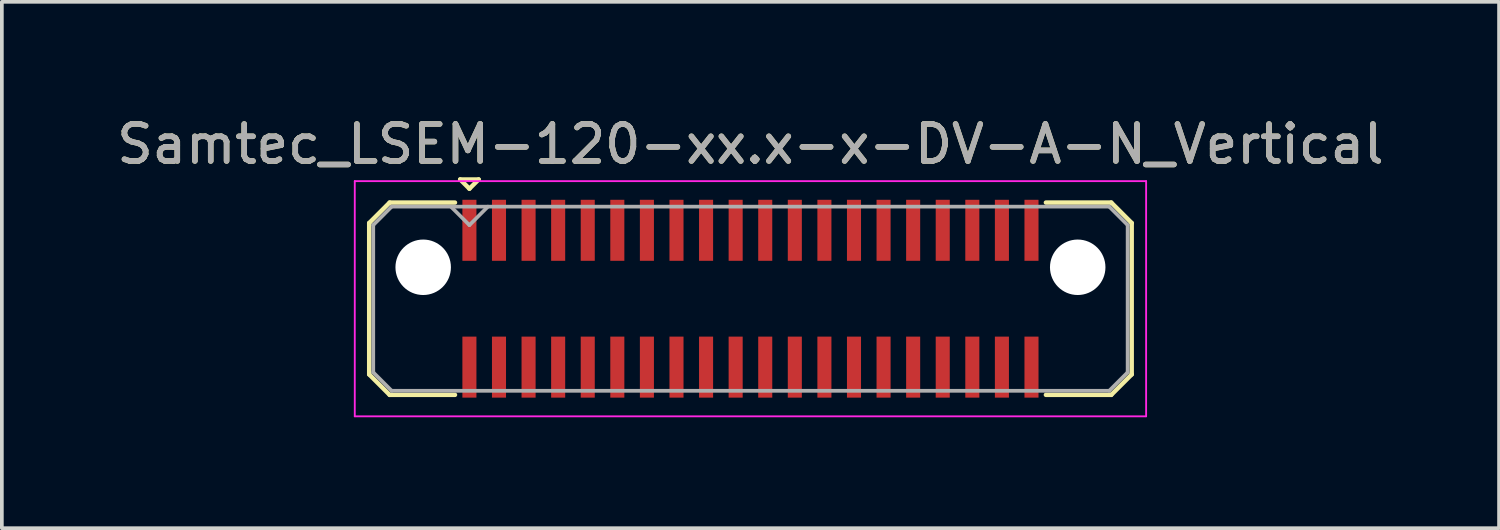
<source format=kicad_pcb>
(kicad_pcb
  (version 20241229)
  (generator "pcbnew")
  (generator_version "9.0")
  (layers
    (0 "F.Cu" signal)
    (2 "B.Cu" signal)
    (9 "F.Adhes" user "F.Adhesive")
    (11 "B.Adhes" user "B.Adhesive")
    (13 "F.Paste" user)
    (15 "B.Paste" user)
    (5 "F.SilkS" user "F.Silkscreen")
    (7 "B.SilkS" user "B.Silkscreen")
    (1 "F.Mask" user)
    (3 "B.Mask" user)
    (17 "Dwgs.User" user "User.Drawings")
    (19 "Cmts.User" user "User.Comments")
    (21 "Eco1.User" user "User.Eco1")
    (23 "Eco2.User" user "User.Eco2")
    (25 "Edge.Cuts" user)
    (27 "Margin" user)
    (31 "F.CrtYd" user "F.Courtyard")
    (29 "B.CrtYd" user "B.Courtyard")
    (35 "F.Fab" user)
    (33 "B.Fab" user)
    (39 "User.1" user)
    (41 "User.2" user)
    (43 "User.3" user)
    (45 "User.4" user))
  (footprint "Samtec_LSEM-120-xx.x-x-DV-A-N_Vertical"
    (layer "F.Cu")
    (at 17.244 5.028)
    (property "Reference" "Samtec_LSEM-120-xx.x-x-DV-A-N_Vertical" (at 0 -4.18 0) (layer "F.SilkS") (effects (font (size 1 1) (thickness 0.15))))
    (attr smd)
    (fp_line (start -10.31 -2.047) (end -10.31 2.047) (stroke (width 0.12) (type solid)) (layer "F.SilkS"))
    (fp_line (start -10.31 2.047) (end -9.757 2.6) (stroke (width 0.12) (type solid)) (layer "F.SilkS"))
    (fp_line (start -9.757 -2.6) (end -10.31 -2.047) (stroke (width 0.12) (type solid)) (layer "F.SilkS"))
    (fp_line (start -9.757 2.6) (end -7.99 2.6) (stroke (width 0.12) (type solid)) (layer "F.SilkS"))
    (fp_line (start -7.99 -2.6) (end -9.757 -2.6) (stroke (width 0.12) (type solid)) (layer "F.SilkS"))
    (fp_line (start -7.85 -3.225) (end -7.35 -3.225) (stroke (width 0.12) (type solid)) (layer "F.SilkS"))
    (fp_line (start -7.6 -2.975) (end -7.85 -3.225) (stroke (width 0.12) (type solid)) (layer "F.SilkS"))
    (fp_line (start -7.35 -3.225) (end -7.6 -2.975) (stroke (width 0.12) (type solid)) (layer "F.SilkS"))
    (fp_line (start 7.99 -2.6) (end 9.757 -2.6) (stroke (width 0.12) (type solid)) (layer "F.SilkS"))
    (fp_line (start 9.757 -2.6) (end 10.31 -2.047) (stroke (width 0.12) (type solid)) (layer "F.SilkS"))
    (fp_line (start 9.757 2.6) (end 7.99 2.6) (stroke (width 0.12) (type solid)) (layer "F.SilkS"))
    (fp_line (start 10.31 -2.047) (end 10.31 2.047) (stroke (width 0.12) (type solid)) (layer "F.SilkS"))
    (fp_line (start 10.31 2.047) (end 9.757 2.6) (stroke (width 0.12) (type solid)) (layer "F.SilkS"))
    (fp_line (start -10.7 -3.18) (end -10.7 3.18) (stroke (width 0.05) (type solid)) (layer "F.CrtYd"))
    (fp_line (start -10.7 3.18) (end 10.7 3.18) (stroke (width 0.05) (type solid)) (layer "F.CrtYd"))
    (fp_line (start 10.7 -3.18) (end -10.7 -3.18) (stroke (width 0.05) (type solid)) (layer "F.CrtYd"))
    (fp_line (start 10.7 3.18) (end 10.7 -3.18) (stroke (width 0.05) (type solid)) (layer "F.CrtYd"))
    (fp_line (start -10.2 -1.992) (end -10.2 1.992) (stroke (width 0.1) (type solid)) (layer "F.Fab"))
    (fp_line (start -10.2 1.992) (end -9.702 2.49) (stroke (width 0.1) (type solid)) (layer "F.Fab"))
    (fp_line (start -9.702 -2.49) (end -10.2 -1.992) (stroke (width 0.1) (type solid)) (layer "F.Fab"))
    (fp_line (start -9.702 2.49) (end 9.702 2.49) (stroke (width 0.1) (type solid)) (layer "F.Fab"))
    (fp_line (start -7.6 -1.99) (end -8.1 -2.49) (stroke (width 0.1) (type solid)) (layer "F.Fab"))
    (fp_line (start -7.1 -2.49) (end -7.6 -1.99) (stroke (width 0.1) (type solid)) (layer "F.Fab"))
    (fp_line (start 9.702 -2.49) (end -9.702 -2.49) (stroke (width 0.1) (type solid)) (layer "F.Fab"))
    (fp_line (start 9.702 2.49) (end 10.2 1.992) (stroke (width 0.1) (type solid)) (layer "F.Fab"))
    (fp_line (start 10.2 -1.992) (end 9.702 -2.49) (stroke (width 0.1) (type solid)) (layer "F.Fab"))
    (fp_line (start 10.2 1.992) (end 10.2 -1.992) (stroke (width 0.1) (type solid)) (layer "F.Fab"))
    (fp_text user "${REFERENCE}" (at 0 -4.18 0) (layer "F.Fab") (effects (font (size 1 1) (thickness 0.15))))
    (pad "" np_thru_hole circle (at -8.85 -0.85) (size 1.5 1.5) (drill 1.5) (layers "*.Cu" "*.Mask"))
    (pad "" np_thru_hole circle (at 8.85 -0.85) (size 1.5 1.5) (drill 1.5) (layers "*.Cu" "*.Mask"))
    (pad "1" smd rect (at -7.6 -1.85) (size 0.38 1.65) (layers "F.Cu" "F.Mask" "F.Paste"))
    (pad "2" smd rect (at -7.6 1.85) (size 0.38 1.65) (layers "F.Cu" "F.Mask" "F.Paste"))
    (pad "3" smd rect (at -6.8 -1.85) (size 0.38 1.65) (layers "F.Cu" "F.Mask" "F.Paste"))
    (pad "4" smd rect (at -6.8 1.85) (size 0.38 1.65) (layers "F.Cu" "F.Mask" "F.Paste"))
    (pad "5" smd rect (at -6 -1.85) (size 0.38 1.65) (layers "F.Cu" "F.Mask" "F.Paste"))
    (pad "6" smd rect (at -6 1.85) (size 0.38 1.65) (layers "F.Cu" "F.Mask" "F.Paste"))
    (pad "7" smd rect (at -5.2 -1.85) (size 0.38 1.65) (layers "F.Cu" "F.Mask" "F.Paste"))
    (pad "8" smd rect (at -5.2 1.85) (size 0.38 1.65) (layers "F.Cu" "F.Mask" "F.Paste"))
    (pad "9" smd rect (at -4.4 -1.85) (size 0.38 1.65) (layers "F.Cu" "F.Mask" "F.Paste"))
    (pad "10" smd rect (at -4.4 1.85) (size 0.38 1.65) (layers "F.Cu" "F.Mask" "F.Paste"))
    (pad "11" smd rect (at -3.6 -1.85) (size 0.38 1.65) (layers "F.Cu" "F.Mask" "F.Paste"))
    (pad "12" smd rect (at -3.6 1.85) (size 0.38 1.65) (layers "F.Cu" "F.Mask" "F.Paste"))
    (pad "13" smd rect (at -2.8 -1.85) (size 0.38 1.65) (layers "F.Cu" "F.Mask" "F.Paste"))
    (pad "14" smd rect (at -2.8 1.85) (size 0.38 1.65) (layers "F.Cu" "F.Mask" "F.Paste"))
    (pad "15" smd rect (at -2 -1.85) (size 0.38 1.65) (layers "F.Cu" "F.Mask" "F.Paste"))
    (pad "16" smd rect (at -2 1.85) (size 0.38 1.65) (layers "F.Cu" "F.Mask" "F.Paste"))
    (pad "17" smd rect (at -1.2 -1.85) (size 0.38 1.65) (layers "F.Cu" "F.Mask" "F.Paste"))
    (pad "18" smd rect (at -1.2 1.85) (size 0.38 1.65) (layers "F.Cu" "F.Mask" "F.Paste"))
    (pad "19" smd rect (at -0.4 -1.85) (size 0.38 1.65) (layers "F.Cu" "F.Mask" "F.Paste"))
    (pad "20" smd rect (at -0.4 1.85) (size 0.38 1.65) (layers "F.Cu" "F.Mask" "F.Paste"))
    (pad "21" smd rect (at 0.4 -1.85) (size 0.38 1.65) (layers "F.Cu" "F.Mask" "F.Paste"))
    (pad "22" smd rect (at 0.4 1.85) (size 0.38 1.65) (layers "F.Cu" "F.Mask" "F.Paste"))
    (pad "23" smd rect (at 1.2 -1.85) (size 0.38 1.65) (layers "F.Cu" "F.Mask" "F.Paste"))
    (pad "24" smd rect (at 1.2 1.85) (size 0.38 1.65) (layers "F.Cu" "F.Mask" "F.Paste"))
    (pad "25" smd rect (at 2 -1.85) (size 0.38 1.65) (layers "F.Cu" "F.Mask" "F.Paste"))
    (pad "26" smd rect (at 2 1.85) (size 0.38 1.65) (layers "F.Cu" "F.Mask" "F.Paste"))
    (pad "27" smd rect (at 2.8 -1.85) (size 0.38 1.65) (layers "F.Cu" "F.Mask" "F.Paste"))
    (pad "28" smd rect (at 2.8 1.85) (size 0.38 1.65) (layers "F.Cu" "F.Mask" "F.Paste"))
    (pad "29" smd rect (at 3.6 -1.85) (size 0.38 1.65) (layers "F.Cu" "F.Mask" "F.Paste"))
    (pad "30" smd rect (at 3.6 1.85) (size 0.38 1.65) (layers "F.Cu" "F.Mask" "F.Paste"))
    (pad "31" smd rect (at 4.4 -1.85) (size 0.38 1.65) (layers "F.Cu" "F.Mask" "F.Paste"))
    (pad "32" smd rect (at 4.4 1.85) (size 0.38 1.65) (layers "F.Cu" "F.Mask" "F.Paste"))
    (pad "33" smd rect (at 5.2 -1.85) (size 0.38 1.65) (layers "F.Cu" "F.Mask" "F.Paste"))
    (pad "34" smd rect (at 5.2 1.85) (size 0.38 1.65) (layers "F.Cu" "F.Mask" "F.Paste"))
    (pad "35" smd rect (at 6 -1.85) (size 0.38 1.65) (layers "F.Cu" "F.Mask" "F.Paste"))
    (pad "36" smd rect (at 6 1.85) (size 0.38 1.65) (layers "F.Cu" "F.Mask" "F.Paste"))
    (pad "37" smd rect (at 6.8 -1.85) (size 0.38 1.65) (layers "F.Cu" "F.Mask" "F.Paste"))
    (pad "38" smd rect (at 6.8 1.85) (size 0.38 1.65) (layers "F.Cu" "F.Mask" "F.Paste"))
    (pad "39" smd rect (at 7.6 -1.85) (size 0.38 1.65) (layers "F.Cu" "F.Mask" "F.Paste"))
    (pad "40" smd rect (at 7.6 1.85) (size 0.38 1.65) (layers "F.Cu" "F.Mask" "F.Paste")))
  (gr_rect
    (start -3 -3)
    (end 37.488 11.233)
    (stroke (width 0.1) (type default))
    (fill no)
    (layer "Edge.Cuts")))
</source>
